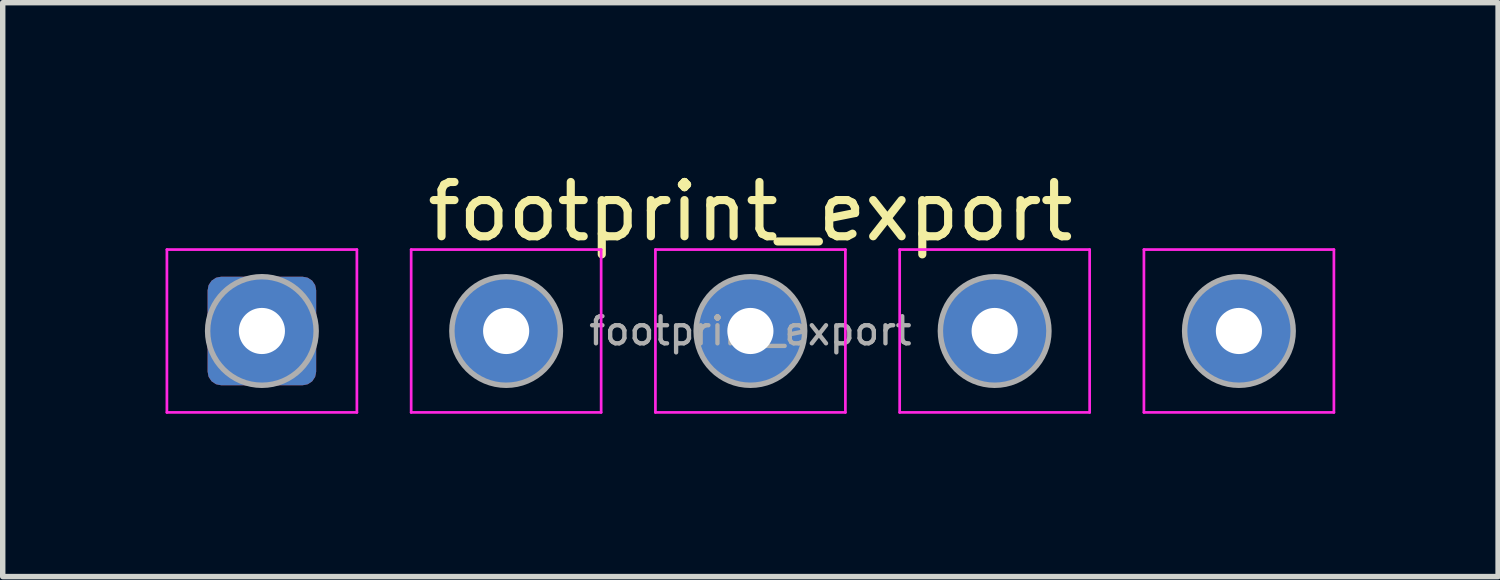
<source format=kicad_pcb>
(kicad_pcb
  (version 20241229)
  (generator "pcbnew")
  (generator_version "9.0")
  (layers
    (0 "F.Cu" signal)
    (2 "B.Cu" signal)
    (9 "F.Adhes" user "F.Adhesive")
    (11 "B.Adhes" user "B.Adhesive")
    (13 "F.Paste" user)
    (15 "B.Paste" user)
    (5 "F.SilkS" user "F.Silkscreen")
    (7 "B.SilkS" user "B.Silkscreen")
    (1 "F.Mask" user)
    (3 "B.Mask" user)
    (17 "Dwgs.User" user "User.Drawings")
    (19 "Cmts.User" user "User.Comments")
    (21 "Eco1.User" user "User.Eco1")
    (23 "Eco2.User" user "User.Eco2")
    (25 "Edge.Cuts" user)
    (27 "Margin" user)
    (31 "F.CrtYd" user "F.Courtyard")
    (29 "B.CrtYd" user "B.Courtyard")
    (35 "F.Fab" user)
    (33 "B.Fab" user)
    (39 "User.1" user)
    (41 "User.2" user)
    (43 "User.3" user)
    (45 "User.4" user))
  (footprint "footprint_export"
    (layer "F.Cu")
    (at 1.775 3.048)
    (property "Reference" "footprint_export" (at 9 -2.2 0) (layer "F.SilkS") (effects (font (size 1 1) (thickness 0.15))))
    (attr exclude_from_pos_files exclude_from_bom)
    (fp_line (start -1.75 -1.5) (end -1.75 1.5) (stroke (width 0.05) (type solid)) (layer "F.CrtYd"))
    (fp_line (start -1.75 1.5) (end 1.75 1.5) (stroke (width 0.05) (type solid)) (layer "F.CrtYd"))
    (fp_line (start 1.75 -1.5) (end -1.75 -1.5) (stroke (width 0.05) (type solid)) (layer "F.CrtYd"))
    (fp_line (start 1.75 1.5) (end 1.75 -1.5) (stroke (width 0.05) (type solid)) (layer "F.CrtYd"))
    (fp_line (start 2.75 -1.5) (end 2.75 1.5) (stroke (width 0.05) (type solid)) (layer "F.CrtYd"))
    (fp_line (start 2.75 1.5) (end 6.25 1.5) (stroke (width 0.05) (type solid)) (layer "F.CrtYd"))
    (fp_line (start 6.25 -1.5) (end 2.75 -1.5) (stroke (width 0.05) (type solid)) (layer "F.CrtYd"))
    (fp_line (start 6.25 1.5) (end 6.25 -1.5) (stroke (width 0.05) (type solid)) (layer "F.CrtYd"))
    (fp_line (start 7.25 -1.5) (end 7.25 1.5) (stroke (width 0.05) (type solid)) (layer "F.CrtYd"))
    (fp_line (start 7.25 1.5) (end 10.75 1.5) (stroke (width 0.05) (type solid)) (layer "F.CrtYd"))
    (fp_line (start 10.75 -1.5) (end 7.25 -1.5) (stroke (width 0.05) (type solid)) (layer "F.CrtYd"))
    (fp_line (start 10.75 1.5) (end 10.75 -1.5) (stroke (width 0.05) (type solid)) (layer "F.CrtYd"))
    (fp_line (start 11.75 -1.5) (end 11.75 1.5) (stroke (width 0.05) (type solid)) (layer "F.CrtYd"))
    (fp_line (start 11.75 1.5) (end 15.25 1.5) (stroke (width 0.05) (type solid)) (layer "F.CrtYd"))
    (fp_line (start 15.25 -1.5) (end 11.75 -1.5) (stroke (width 0.05) (type solid)) (layer "F.CrtYd"))
    (fp_line (start 15.25 1.5) (end 15.25 -1.5) (stroke (width 0.05) (type solid)) (layer "F.CrtYd"))
    (fp_line (start 16.25 -1.5) (end 16.25 1.5) (stroke (width 0.05) (type solid)) (layer "F.CrtYd"))
    (fp_line (start 16.25 1.5) (end 19.75 1.5) (stroke (width 0.05) (type solid)) (layer "F.CrtYd"))
    (fp_line (start 19.75 -1.5) (end 16.25 -1.5) (stroke (width 0.05) (type solid)) (layer "F.CrtYd"))
    (fp_line (start 19.75 1.5) (end 19.75 -1.5) (stroke (width 0.05) (type solid)) (layer "F.CrtYd"))
    (fp_circle (center 0 0) (end 1 0) (stroke (width 0.1) (type solid)) (fill no) (layer "F.Fab"))
    (fp_circle (center 4.5 0) (end 5.5 0) (stroke (width 0.1) (type solid)) (fill no) (layer "F.Fab"))
    (fp_circle (center 9 0) (end 10 0) (stroke (width 0.1) (type solid)) (fill no) (layer "F.Fab"))
    (fp_circle (center 13.5 0) (end 14.5 0) (stroke (width 0.1) (type solid)) (fill no) (layer "F.Fab"))
    (fp_circle (center 18 0) (end 19 0) (stroke (width 0.1) (type solid)) (fill no) (layer "F.Fab"))
    (fp_text user "${REFERENCE}" (at 9 0 0) (layer "F.Fab") (effects (font (size 0.5 0.5) (thickness 0.08))))
    (pad "1" thru_hole roundrect (at 0 0) (size 2 2) (drill 0.85) (layers "*.Cu" "*.Mask") (roundrect_rratio 0.125))
    (pad "2" thru_hole circle (at 4.5 0) (size 2 2) (drill 0.85) (layers "*.Cu" "*.Mask"))
    (pad "3" thru_hole circle (at 9 0) (size 2 2) (drill 0.85) (layers "*.Cu" "*.Mask"))
    (pad "4" thru_hole circle (at 13.5 0) (size 2 2) (drill 0.85) (layers "*.Cu" "*.Mask"))
    (pad "5" thru_hole circle (at 18 0) (size 2 2) (drill 0.85) (layers "*.Cu" "*.Mask")))
  (gr_rect
    (start -3 -3)
    (end 24.55 7.573)
    (stroke (width 0.1) (type default))
    (fill no)
    (layer "Edge.Cuts")))
</source>
